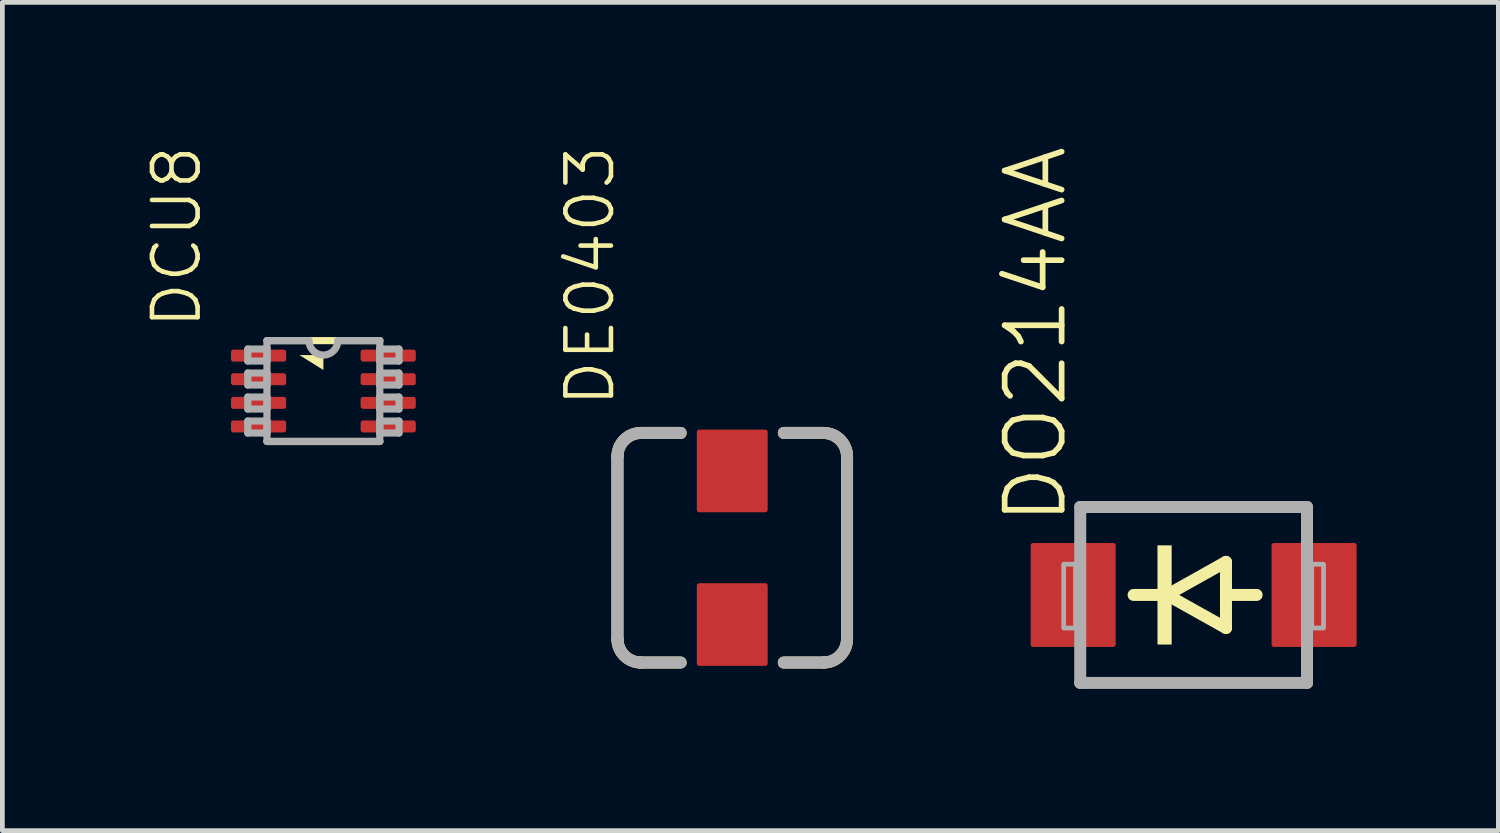
<source format=kicad_pcb>
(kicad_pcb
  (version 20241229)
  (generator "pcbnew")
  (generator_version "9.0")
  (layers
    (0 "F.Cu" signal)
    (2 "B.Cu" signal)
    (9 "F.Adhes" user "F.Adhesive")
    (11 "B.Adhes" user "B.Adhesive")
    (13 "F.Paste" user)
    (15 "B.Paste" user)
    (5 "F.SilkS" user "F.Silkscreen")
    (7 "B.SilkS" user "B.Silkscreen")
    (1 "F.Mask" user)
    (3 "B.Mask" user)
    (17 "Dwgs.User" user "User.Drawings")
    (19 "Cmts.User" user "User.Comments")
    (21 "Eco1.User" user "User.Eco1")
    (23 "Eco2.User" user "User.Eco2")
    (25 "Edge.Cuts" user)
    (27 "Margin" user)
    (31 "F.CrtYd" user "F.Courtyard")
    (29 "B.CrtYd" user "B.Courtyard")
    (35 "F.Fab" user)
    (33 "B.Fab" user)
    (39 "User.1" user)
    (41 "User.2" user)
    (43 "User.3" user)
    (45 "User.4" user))
  (footprint "DO214AA"
    (layer "F.Cu")
    (at 22.215 9.543)
    (property "Reference" "DO214AA" (at -2.64 -1.436 270) (layer "F.SilkS") (effects (font (size 1.206 1.206) (thickness 0.121)) (justify left bottom)))
    (attr through_hole)
    (fp_line (start -0.635 0) (end -1.27 0) (stroke (width 0.254) (type solid)) (layer "F.SilkS"))
    (fp_line (start -0.565 0) (end 0.685 -0.7) (stroke (width 0.254) (type solid)) (layer "F.SilkS"))
    (fp_line (start 0.685 -0.7) (end 0.685 0.7) (stroke (width 0.254) (type solid)) (layer "F.SilkS"))
    (fp_line (start 0.685 0.7) (end -0.565 0) (stroke (width 0.254) (type solid)) (layer "F.SilkS"))
    (fp_line (start 1.333 0) (end 0.699 0) (stroke (width 0.254) (type solid)) (layer "F.SilkS"))
    (fp_poly (pts (xy -0.765 1.05) (xy -0.465 1.05) (xy -0.465 -1.05) (xy -0.765 -1.05)) (stroke (width 0) (type solid)) (fill yes) (layer "F.SilkS"))
    (fp_line (start -2.4 -1.862) (end 2.4 -1.862) (stroke (width 0.254) (type solid)) (layer "F.Fab"))
    (fp_line (start -2.4 1.862) (end -2.4 -1.862) (stroke (width 0.254) (type solid)) (layer "F.Fab"))
    (fp_line (start 2.4 -1.862) (end 2.4 1.862) (stroke (width 0.254) (type solid)) (layer "F.Fab"))
    (fp_line (start 2.4 1.862) (end -2.4 1.862) (stroke (width 0.254) (type solid)) (layer "F.Fab"))
    (fp_poly (pts (xy -2.75 0.7) (xy -2.5 0.7) (xy -2.5 -0.65) (xy -2.75 -0.65)) (stroke (width 0.1) (type solid)) (fill no) (layer "F.Fab"))
    (fp_poly (pts (xy 2.5 0.7) (xy 2.75 0.7) (xy 2.75 -0.65) (xy 2.5 -0.65)) (stroke (width 0.1) (type solid)) (fill no) (layer "F.Fab"))
    (pad "A" smd roundrect (at 2.55 0) (size 1.8 2.2) (layers "F.Cu" "F.Mask" "F.Paste") (roundrect_rratio 0.028))
    (pad "C" smd roundrect (at -2.55 0) (size 1.8 2.2) (layers "F.Cu" "F.Mask" "F.Paste") (roundrect_rratio 0.028)))
  (footprint "DCU8"
    (layer "F.Cu")
    (at 3.795 5.227)
    (property "Reference" "DCU8" (at -2.54 -1.27 270) (layer "F.SilkS") (effects (font (size 0.965 0.965) (thickness 0.097)) (justify left bottom)))
    (attr through_hole)
    (fp_line (start -1.194 1.067) (end 1.194 1.067) (stroke (width 0.152) (type solid)) (layer "F.SilkS"))
    (fp_line (start 1.194 -1.067) (end -1.194 -1.067) (stroke (width 0.152) (type solid)) (layer "F.SilkS"))
    (fp_poly (pts (xy -0.508 -0.762) (xy 0 -0.762) (xy 0 -0.445)) (stroke (width 0) (type solid)) (fill yes) (layer "F.SilkS"))
    (fp_line (start -1.6 -0.889) (end -1.6 -0.635) (stroke (width 0.152) (type solid)) (layer "F.Fab"))
    (fp_line (start -1.6 -0.635) (end -1.194 -0.635) (stroke (width 0.152) (type solid)) (layer "F.Fab"))
    (fp_line (start -1.6 -0.381) (end -1.6 -0.127) (stroke (width 0.152) (type solid)) (layer "F.Fab"))
    (fp_line (start -1.6 -0.127) (end -1.194 -0.127) (stroke (width 0.152) (type solid)) (layer "F.Fab"))
    (fp_line (start -1.6 0.127) (end -1.6 0.381) (stroke (width 0.152) (type solid)) (layer "F.Fab"))
    (fp_line (start -1.6 0.381) (end -1.194 0.381) (stroke (width 0.152) (type solid)) (layer "F.Fab"))
    (fp_line (start -1.6 0.635) (end -1.6 0.889) (stroke (width 0.152) (type solid)) (layer "F.Fab"))
    (fp_line (start -1.6 0.889) (end -1.194 0.889) (stroke (width 0.152) (type solid)) (layer "F.Fab"))
    (fp_line (start -1.194 -1.067) (end -1.194 1.067) (stroke (width 0.152) (type solid)) (layer "F.Fab"))
    (fp_line (start -1.194 -0.889) (end -1.6 -0.889) (stroke (width 0.152) (type solid)) (layer "F.Fab"))
    (fp_line (start -1.194 -0.635) (end -1.194 -0.889) (stroke (width 0.152) (type solid)) (layer "F.Fab"))
    (fp_line (start -1.194 -0.381) (end -1.6 -0.381) (stroke (width 0.152) (type solid)) (layer "F.Fab"))
    (fp_line (start -1.194 -0.127) (end -1.194 -0.381) (stroke (width 0.152) (type solid)) (layer "F.Fab"))
    (fp_line (start -1.194 0.127) (end -1.6 0.127) (stroke (width 0.152) (type solid)) (layer "F.Fab"))
    (fp_line (start -1.194 0.381) (end -1.194 0.127) (stroke (width 0.152) (type solid)) (layer "F.Fab"))
    (fp_line (start -1.194 0.635) (end -1.6 0.635) (stroke (width 0.152) (type solid)) (layer "F.Fab"))
    (fp_line (start -1.194 0.889) (end -1.194 0.635) (stroke (width 0.152) (type solid)) (layer "F.Fab"))
    (fp_line (start -1.194 1.067) (end 1.194 1.067) (stroke (width 0.152) (type solid)) (layer "F.Fab"))
    (fp_line (start -0.305 -1.067) (end -1.194 -1.067) (stroke (width 0.152) (type solid)) (layer "F.Fab"))
    (fp_line (start 1.194 -1.067) (end 0.305 -1.067) (stroke (width 0.152) (type solid)) (layer "F.Fab"))
    (fp_line (start 1.194 -0.889) (end 1.194 -0.635) (stroke (width 0.152) (type solid)) (layer "F.Fab"))
    (fp_line (start 1.194 -0.635) (end 1.6 -0.635) (stroke (width 0.152) (type solid)) (layer "F.Fab"))
    (fp_line (start 1.194 -0.381) (end 1.194 -0.127) (stroke (width 0.152) (type solid)) (layer "F.Fab"))
    (fp_line (start 1.194 -0.127) (end 1.6 -0.127) (stroke (width 0.152) (type solid)) (layer "F.Fab"))
    (fp_line (start 1.194 0.127) (end 1.194 0.381) (stroke (width 0.152) (type solid)) (layer "F.Fab"))
    (fp_line (start 1.194 0.381) (end 1.6 0.381) (stroke (width 0.152) (type solid)) (layer "F.Fab"))
    (fp_line (start 1.194 0.635) (end 1.194 0.889) (stroke (width 0.152) (type solid)) (layer "F.Fab"))
    (fp_line (start 1.194 0.889) (end 1.6 0.889) (stroke (width 0.152) (type solid)) (layer "F.Fab"))
    (fp_line (start 1.194 1.067) (end 1.194 -1.067) (stroke (width 0.152) (type solid)) (layer "F.Fab"))
    (fp_line (start 1.6 -0.889) (end 1.194 -0.889) (stroke (width 0.152) (type solid)) (layer "F.Fab"))
    (fp_line (start 1.6 -0.635) (end 1.6 -0.889) (stroke (width 0.152) (type solid)) (layer "F.Fab"))
    (fp_line (start 1.6 -0.381) (end 1.194 -0.381) (stroke (width 0.152) (type solid)) (layer "F.Fab"))
    (fp_line (start 1.6 -0.127) (end 1.6 -0.381) (stroke (width 0.152) (type solid)) (layer "F.Fab"))
    (fp_line (start 1.6 0.127) (end 1.194 0.127) (stroke (width 0.152) (type solid)) (layer "F.Fab"))
    (fp_line (start 1.6 0.381) (end 1.6 0.127) (stroke (width 0.152) (type solid)) (layer "F.Fab"))
    (fp_line (start 1.6 0.635) (end 1.194 0.635) (stroke (width 0.152) (type solid)) (layer "F.Fab"))
    (fp_line (start 1.6 0.889) (end 1.6 0.635) (stroke (width 0.152) (type solid)) (layer "F.Fab"))
    (fp_arc (start 0.3048 -1.0668) (mid 0 -0.762) (end -0.3048 -1.0668) (stroke (width 0.1524) (type solid)) (layer "F.Fab"))
    (pad "1" smd roundrect (at -1.372 -0.75) (size 1.168 0.254) (layers "F.Cu" "F.Mask" "F.Paste") (roundrect_rratio 0.2))
    (pad "2" smd roundrect (at -1.372 -0.25) (size 1.168 0.254) (layers "F.Cu" "F.Mask" "F.Paste") (roundrect_rratio 0.2))
    (pad "3" smd roundrect (at -1.372 0.25) (size 1.168 0.254) (layers "F.Cu" "F.Mask" "F.Paste") (roundrect_rratio 0.2))
    (pad "4" smd roundrect (at -1.372 0.75) (size 1.168 0.254) (layers "F.Cu" "F.Mask" "F.Paste") (roundrect_rratio 0.2))
    (pad "5" smd roundrect (at 1.372 0.75) (size 1.168 0.254) (layers "F.Cu" "F.Mask" "F.Paste") (roundrect_rratio 0.2))
    (pad "6" smd roundrect (at 1.372 0.25) (size 1.168 0.254) (layers "F.Cu" "F.Mask" "F.Paste") (roundrect_rratio 0.2))
    (pad "7" smd roundrect (at 1.372 -0.25) (size 1.168 0.254) (layers "F.Cu" "F.Mask" "F.Paste") (roundrect_rratio 0.2))
    (pad "8" smd roundrect (at 1.372 -0.75) (size 1.168 0.254) (layers "F.Cu" "F.Mask" "F.Paste") (roundrect_rratio 0.2)))
  (footprint "DE0403"
    (layer "F.Cu")
    (at 12.449 8.544)
    (property "Reference" "DE0403" (at -2.444 -2.932 270) (layer "F.SilkS") (effects (font (size 0.965 0.965) (thickness 0.097)) (justify left bottom)))
    (attr through_hole)
    (fp_line (start -2.43 1.93) (end -2.43 -1.93) (stroke (width 0.254) (type solid)) (layer "F.SilkS"))
    (fp_line (start -1.092 -2.43) (end -1.93 -2.43) (stroke (width 0.254) (type solid)) (layer "F.SilkS"))
    (fp_line (start -1.092 2.43) (end -1.93 2.43) (stroke (width 0.254) (type solid)) (layer "F.SilkS"))
    (fp_line (start 1.092 -2.43) (end 1.93 -2.43) (stroke (width 0.254) (type solid)) (layer "F.SilkS"))
    (fp_line (start 1.092 2.43) (end 1.93 2.43) (stroke (width 0.254) (type solid)) (layer "F.SilkS"))
    (fp_line (start 2.43 -1.93) (end 2.43 1.93) (stroke (width 0.254) (type solid)) (layer "F.SilkS"))
    (fp_arc (start -2.43 -1.93) (mid -2.283553 -2.283553) (end -1.93 -2.43) (stroke (width 0.254) (type solid)) (layer "F.SilkS"))
    (fp_arc (start -1.93 2.43) (mid -2.283553 2.283553) (end -2.43 1.93) (stroke (width 0.254) (type solid)) (layer "F.SilkS"))
    (fp_arc (start 1.93 -2.43) (mid 2.283553 -2.283553) (end 2.43 -1.93) (stroke (width 0.254) (type solid)) (layer "F.SilkS"))
    (fp_arc (start 2.43 1.93) (mid 2.283553 2.283553) (end 1.93 2.43) (stroke (width 0.254) (type solid)) (layer "F.SilkS"))
    (fp_line (start -2.43 1.93) (end -2.43 -1.93) (stroke (width 0.254) (type solid)) (layer "F.Fab"))
    (fp_line (start -1.092 -2.43) (end -1.93 -2.43) (stroke (width 0.254) (type solid)) (layer "F.Fab"))
    (fp_line (start -1.092 2.43) (end -1.93 2.43) (stroke (width 0.254) (type solid)) (layer "F.Fab"))
    (fp_line (start 1.092 -2.43) (end 1.93 -2.43) (stroke (width 0.254) (type solid)) (layer "F.Fab"))
    (fp_line (start 1.092 2.43) (end 1.93 2.43) (stroke (width 0.254) (type solid)) (layer "F.Fab"))
    (fp_line (start 2.43 -1.93) (end 2.43 1.93) (stroke (width 0.254) (type solid)) (layer "F.Fab"))
    (fp_arc (start -2.43 -1.93) (mid -2.283553 -2.283553) (end -1.93 -2.43) (stroke (width 0.254) (type solid)) (layer "F.Fab"))
    (fp_arc (start -1.93 2.43) (mid -2.283553 2.283553) (end -2.43 1.93) (stroke (width 0.254) (type solid)) (layer "F.Fab"))
    (fp_arc (start 1.93 -2.43) (mid 2.283553 -2.283553) (end 2.43 -1.93) (stroke (width 0.254) (type solid)) (layer "F.Fab"))
    (fp_arc (start 2.43 1.93) (mid 2.283553 2.283553) (end 1.93 2.43) (stroke (width 0.254) (type solid)) (layer "F.Fab"))
    (pad "1" smd roundrect (at 0 -1.626) (size 1.5 1.75) (layers "F.Cu" "F.Mask" "F.Paste") (roundrect_rratio 0.034))
    (pad "2" smd roundrect (at 0 1.625) (size 1.5 1.75) (layers "F.Cu" "F.Mask" "F.Paste") (roundrect_rratio 0.034)))
  (gr_rect
    (start -3 -3)
    (end 28.665 14.532)
    (stroke (width 0.1) (type default))
    (fill no)
    (layer "Edge.Cuts")))
</source>
